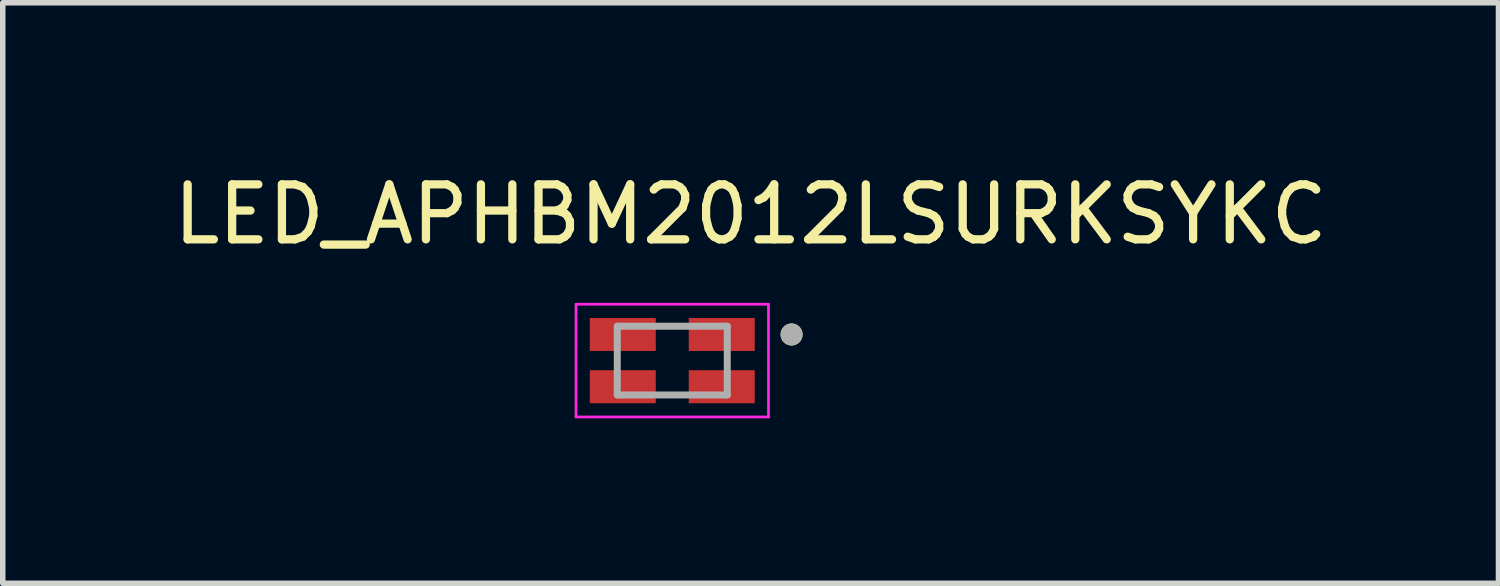
<source format=kicad_pcb>
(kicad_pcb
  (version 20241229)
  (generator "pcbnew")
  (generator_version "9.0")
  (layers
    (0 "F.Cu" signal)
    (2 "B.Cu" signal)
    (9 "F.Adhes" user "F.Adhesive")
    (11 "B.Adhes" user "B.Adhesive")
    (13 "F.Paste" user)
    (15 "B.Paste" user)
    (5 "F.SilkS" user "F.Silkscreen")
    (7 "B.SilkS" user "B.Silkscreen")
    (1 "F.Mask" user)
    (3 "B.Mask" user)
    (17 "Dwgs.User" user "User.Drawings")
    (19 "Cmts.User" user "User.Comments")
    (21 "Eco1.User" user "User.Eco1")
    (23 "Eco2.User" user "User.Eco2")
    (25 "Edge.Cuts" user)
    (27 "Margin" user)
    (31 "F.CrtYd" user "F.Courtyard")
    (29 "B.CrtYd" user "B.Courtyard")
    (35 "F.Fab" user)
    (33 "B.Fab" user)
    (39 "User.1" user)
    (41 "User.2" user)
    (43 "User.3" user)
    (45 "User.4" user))
  (footprint "LED_APHBM2012LSURKSYKC"
    (layer "F.Cu")
    (at 9.176 3.508)
    (property "Reference" "LED_APHBM2012LSURKSYKC" (at 1.425 -2.66 0) (layer "F.SilkS") (effects (font (size 1 1) (thickness 0.15))))
    (attr smd)
    (fp_circle (center 2.17 -0.475) (end 2.27 -0.475) (stroke (width 0.2) (type solid)) (fill no) (layer "F.SilkS"))
    (fp_line (start -1.75 -1.025) (end -1.75 1.025) (stroke (width 0.05) (type solid)) (layer "F.CrtYd"))
    (fp_line (start -1.75 1.025) (end 1.75 1.025) (stroke (width 0.05) (type solid)) (layer "F.CrtYd"))
    (fp_line (start 1.75 -1.025) (end -1.75 -1.025) (stroke (width 0.05) (type solid)) (layer "F.CrtYd"))
    (fp_line (start 1.75 1.025) (end 1.75 -1.025) (stroke (width 0.05) (type solid)) (layer "F.CrtYd"))
    (fp_line (start -1 -0.625) (end 1 -0.625) (stroke (width 0.127) (type solid)) (layer "F.Fab"))
    (fp_line (start -1 0.625) (end -1 -0.625) (stroke (width 0.127) (type solid)) (layer "F.Fab"))
    (fp_line (start 1 -0.625) (end 1 0.625) (stroke (width 0.127) (type solid)) (layer "F.Fab"))
    (fp_line (start 1 0.625) (end -1 0.625) (stroke (width 0.127) (type solid)) (layer "F.Fab"))
    (fp_circle (center 2.17 -0.475) (end 2.27 -0.475) (stroke (width 0.2) (type solid)) (fill no) (layer "F.Fab"))
    (pad "1" smd rect (at 0.9 -0.475) (size 1.2 0.6) (layers "F.Cu" "F.Mask" "F.Paste"))
    (pad "2" smd rect (at -0.9 -0.475) (size 1.2 0.6) (layers "F.Cu" "F.Mask" "F.Paste"))
    (pad "3" smd rect (at -0.9 0.475) (size 1.2 0.6) (layers "F.Cu" "F.Mask" "F.Paste"))
    (pad "4" smd rect (at 0.9 0.475) (size 1.2 0.6) (layers "F.Cu" "F.Mask" "F.Paste")))
  (gr_rect
    (start -3 -3)
    (end 24.202 7.558)
    (stroke (width 0.1) (type default))
    (fill no)
    (layer "Edge.Cuts")))
</source>
